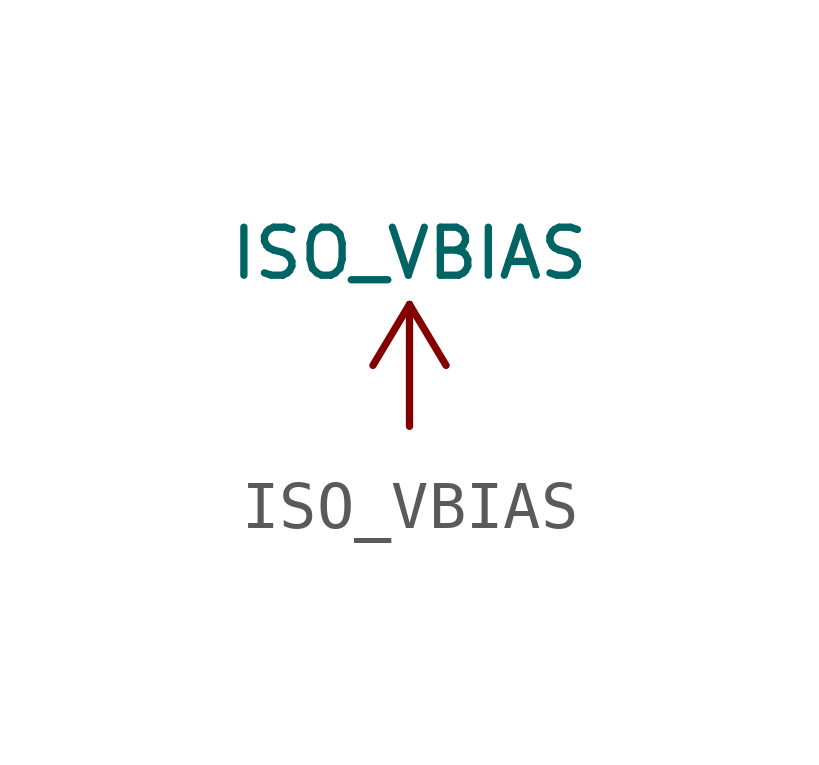
<source format=kicad_sym>
(kicad_symbol_lib
  (version 20241209)
  (generator "kicad_symbol_editor")
  (generator_version "9.0")
  (symbol "ISO_VBIAS"
    (power)
    (pin_names
      (offset 0))
    (property "Reference" "#PWR?"
      (at 0 -3.81 0)
      (effects (font (size 1.27 1.27)) (hide yes)))
    (property "Value" "ISO_VBIAS"
      (at 0 3.605 0)
      (effects (font (size 1 1))))
    (symbol "ISO_VBIAS_0_1"
      (polyline (pts (xy -0.762 1.27) (xy 0 2.54)) (stroke (width 0) (type default)) (fill (type none)))
      (polyline (pts (xy 0 2.54) (xy 0.762 1.27)) (stroke (width 0) (type default)) (fill (type none)))
      (polyline (pts (xy 0 0) (xy 0 2.54)) (stroke (width 0) (type default)) (fill (type none))))
    (symbol "ISO_VBIAS_1_1"
      (pin power_in line (at 0 0 90) (length 0) (hide yes) (name "ISO_VBIAS" (effects (font (size 1.27 1.27)))) (number "1" (effects (font (size 1.27 1.27))))))))
</source>
